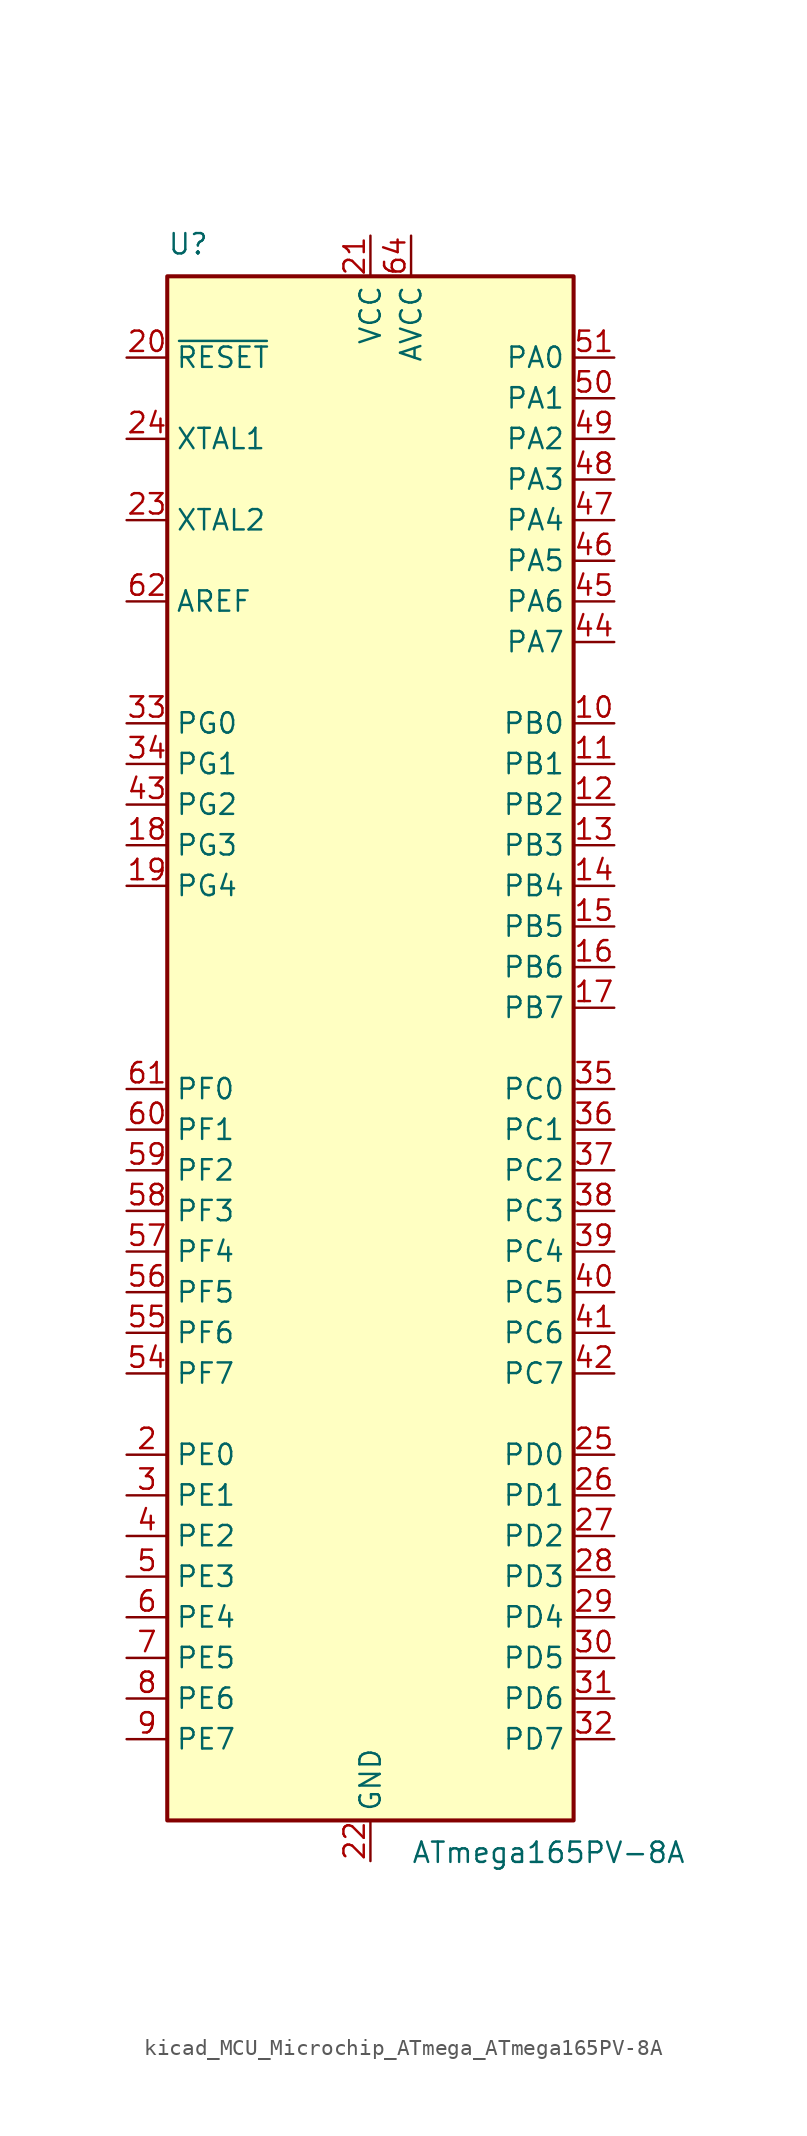
<source format=kicad_sym>
(kicad_symbol_lib
  (version 20220914)
  (generator kicad_symbol_editor)
  (symbol "kicad_MCU_Microchip_ATmega_ATmega165PV-8A"
    (property "Reference" "U"
      (at -12.7 49.53 0)
      (effects (font (size 1.27 1.27)) (justify left bottom)))
    (property "Value" "ATmega165PV-8A"
      (at 2.54 -49.53 0)
      (effects (font (size 1.27 1.27)) (justify left top)))
    (symbol "kicad_MCU_Microchip_ATmega_ATmega165PV-8A_0_1"
      (rectangle (start -12.7 -48.26) (end 12.7 48.26) (stroke (width 0.254) (type default)) (fill (type background))))
    (symbol "kicad_MCU_Microchip_ATmega_ATmega165PV-8A_1_1"
      (pin no_connect line (at -12.7 -45.72 0) (length 2.54) hide (name "NC" (effects (font (size 1.27 1.27)))) (number "1" (effects (font (size 1.27 1.27)))))
      (pin bidirectional line (at 15.24 20.32 180) (length 2.54) (name "PB0" (effects (font (size 1.27 1.27)))) (number "10" (effects (font (size 1.27 1.27)))))
      (pin bidirectional line (at 15.24 17.78 180) (length 2.54) (name "PB1" (effects (font (size 1.27 1.27)))) (number "11" (effects (font (size 1.27 1.27)))))
      (pin bidirectional line (at 15.24 15.24 180) (length 2.54) (name "PB2" (effects (font (size 1.27 1.27)))) (number "12" (effects (font (size 1.27 1.27)))))
      (pin bidirectional line (at 15.24 12.7 180) (length 2.54) (name "PB3" (effects (font (size 1.27 1.27)))) (number "13" (effects (font (size 1.27 1.27)))))
      (pin bidirectional line (at 15.24 10.16 180) (length 2.54) (name "PB4" (effects (font (size 1.27 1.27)))) (number "14" (effects (font (size 1.27 1.27)))))
      (pin bidirectional line (at 15.24 7.62 180) (length 2.54) (name "PB5" (effects (font (size 1.27 1.27)))) (number "15" (effects (font (size 1.27 1.27)))))
      (pin bidirectional line (at 15.24 5.08 180) (length 2.54) (name "PB6" (effects (font (size 1.27 1.27)))) (number "16" (effects (font (size 1.27 1.27)))))
      (pin bidirectional line (at 15.24 2.54 180) (length 2.54) (name "PB7" (effects (font (size 1.27 1.27)))) (number "17" (effects (font (size 1.27 1.27)))))
      (pin bidirectional line (at -15.24 12.7 0) (length 2.54) (name "PG3" (effects (font (size 1.27 1.27)))) (number "18" (effects (font (size 1.27 1.27)))))
      (pin bidirectional line (at -15.24 10.16 0) (length 2.54) (name "PG4" (effects (font (size 1.27 1.27)))) (number "19" (effects (font (size 1.27 1.27)))))
      (pin bidirectional line (at -15.24 -25.4 0) (length 2.54) (name "PE0" (effects (font (size 1.27 1.27)))) (number "2" (effects (font (size 1.27 1.27)))))
      (pin input line (at -15.24 43.18 0) (length 2.54) (name "~{RESET}" (effects (font (size 1.27 1.27)))) (number "20" (effects (font (size 1.27 1.27)))))
      (pin power_in line (at 0 50.8 270) (length 2.54) (name "VCC" (effects (font (size 1.27 1.27)))) (number "21" (effects (font (size 1.27 1.27)))))
      (pin power_in line (at 0 -50.8 90) (length 2.54) (name "GND" (effects (font (size 1.27 1.27)))) (number "22" (effects (font (size 1.27 1.27)))))
      (pin output line (at -15.24 33.02 0) (length 2.54) (name "XTAL2" (effects (font (size 1.27 1.27)))) (number "23" (effects (font (size 1.27 1.27)))))
      (pin input line (at -15.24 38.1 0) (length 2.54) (name "XTAL1" (effects (font (size 1.27 1.27)))) (number "24" (effects (font (size 1.27 1.27)))))
      (pin bidirectional line (at 15.24 -25.4 180) (length 2.54) (name "PD0" (effects (font (size 1.27 1.27)))) (number "25" (effects (font (size 1.27 1.27)))))
      (pin bidirectional line (at 15.24 -27.94 180) (length 2.54) (name "PD1" (effects (font (size 1.27 1.27)))) (number "26" (effects (font (size 1.27 1.27)))))
      (pin bidirectional line (at 15.24 -30.48 180) (length 2.54) (name "PD2" (effects (font (size 1.27 1.27)))) (number "27" (effects (font (size 1.27 1.27)))))
      (pin bidirectional line (at 15.24 -33.02 180) (length 2.54) (name "PD3" (effects (font (size 1.27 1.27)))) (number "28" (effects (font (size 1.27 1.27)))))
      (pin bidirectional line (at 15.24 -35.56 180) (length 2.54) (name "PD4" (effects (font (size 1.27 1.27)))) (number "29" (effects (font (size 1.27 1.27)))))
      (pin bidirectional line (at -15.24 -27.94 0) (length 2.54) (name "PE1" (effects (font (size 1.27 1.27)))) (number "3" (effects (font (size 1.27 1.27)))))
      (pin bidirectional line (at 15.24 -38.1 180) (length 2.54) (name "PD5" (effects (font (size 1.27 1.27)))) (number "30" (effects (font (size 1.27 1.27)))))
      (pin bidirectional line (at 15.24 -40.64 180) (length 2.54) (name "PD6" (effects (font (size 1.27 1.27)))) (number "31" (effects (font (size 1.27 1.27)))))
      (pin bidirectional line (at 15.24 -43.18 180) (length 2.54) (name "PD7" (effects (font (size 1.27 1.27)))) (number "32" (effects (font (size 1.27 1.27)))))
      (pin bidirectional line (at -15.24 20.32 0) (length 2.54) (name "PG0" (effects (font (size 1.27 1.27)))) (number "33" (effects (font (size 1.27 1.27)))))
      (pin bidirectional line (at -15.24 17.78 0) (length 2.54) (name "PG1" (effects (font (size 1.27 1.27)))) (number "34" (effects (font (size 1.27 1.27)))))
      (pin bidirectional line (at 15.24 -2.54 180) (length 2.54) (name "PC0" (effects (font (size 1.27 1.27)))) (number "35" (effects (font (size 1.27 1.27)))))
      (pin bidirectional line (at 15.24 -5.08 180) (length 2.54) (name "PC1" (effects (font (size 1.27 1.27)))) (number "36" (effects (font (size 1.27 1.27)))))
      (pin bidirectional line (at 15.24 -7.62 180) (length 2.54) (name "PC2" (effects (font (size 1.27 1.27)))) (number "37" (effects (font (size 1.27 1.27)))))
      (pin bidirectional line (at 15.24 -10.16 180) (length 2.54) (name "PC3" (effects (font (size 1.27 1.27)))) (number "38" (effects (font (size 1.27 1.27)))))
      (pin bidirectional line (at 15.24 -12.7 180) (length 2.54) (name "PC4" (effects (font (size 1.27 1.27)))) (number "39" (effects (font (size 1.27 1.27)))))
      (pin bidirectional line (at -15.24 -30.48 0) (length 2.54) (name "PE2" (effects (font (size 1.27 1.27)))) (number "4" (effects (font (size 1.27 1.27)))))
      (pin bidirectional line (at 15.24 -15.24 180) (length 2.54) (name "PC5" (effects (font (size 1.27 1.27)))) (number "40" (effects (font (size 1.27 1.27)))))
      (pin bidirectional line (at 15.24 -17.78 180) (length 2.54) (name "PC6" (effects (font (size 1.27 1.27)))) (number "41" (effects (font (size 1.27 1.27)))))
      (pin bidirectional line (at 15.24 -20.32 180) (length 2.54) (name "PC7" (effects (font (size 1.27 1.27)))) (number "42" (effects (font (size 1.27 1.27)))))
      (pin bidirectional line (at -15.24 15.24 0) (length 2.54) (name "PG2" (effects (font (size 1.27 1.27)))) (number "43" (effects (font (size 1.27 1.27)))))
      (pin bidirectional line (at 15.24 25.4 180) (length 2.54) (name "PA7" (effects (font (size 1.27 1.27)))) (number "44" (effects (font (size 1.27 1.27)))))
      (pin bidirectional line (at 15.24 27.94 180) (length 2.54) (name "PA6" (effects (font (size 1.27 1.27)))) (number "45" (effects (font (size 1.27 1.27)))))
      (pin bidirectional line (at 15.24 30.48 180) (length 2.54) (name "PA5" (effects (font (size 1.27 1.27)))) (number "46" (effects (font (size 1.27 1.27)))))
      (pin bidirectional line (at 15.24 33.02 180) (length 2.54) (name "PA4" (effects (font (size 1.27 1.27)))) (number "47" (effects (font (size 1.27 1.27)))))
      (pin bidirectional line (at 15.24 35.56 180) (length 2.54) (name "PA3" (effects (font (size 1.27 1.27)))) (number "48" (effects (font (size 1.27 1.27)))))
      (pin bidirectional line (at 15.24 38.1 180) (length 2.54) (name "PA2" (effects (font (size 1.27 1.27)))) (number "49" (effects (font (size 1.27 1.27)))))
      (pin bidirectional line (at -15.24 -33.02 0) (length 2.54) (name "PE3" (effects (font (size 1.27 1.27)))) (number "5" (effects (font (size 1.27 1.27)))))
      (pin bidirectional line (at 15.24 40.64 180) (length 2.54) (name "PA1" (effects (font (size 1.27 1.27)))) (number "50" (effects (font (size 1.27 1.27)))))
      (pin bidirectional line (at 15.24 43.18 180) (length 2.54) (name "PA0" (effects (font (size 1.27 1.27)))) (number "51" (effects (font (size 1.27 1.27)))))
      (pin passive line (at 0 50.8 270) (length 2.54) hide (name "VCC" (effects (font (size 1.27 1.27)))) (number "52" (effects (font (size 1.27 1.27)))))
      (pin passive line (at 0 -50.8 90) (length 2.54) hide (name "GND" (effects (font (size 1.27 1.27)))) (number "53" (effects (font (size 1.27 1.27)))))
      (pin bidirectional line (at -15.24 -20.32 0) (length 2.54) (name "PF7" (effects (font (size 1.27 1.27)))) (number "54" (effects (font (size 1.27 1.27)))))
      (pin bidirectional line (at -15.24 -17.78 0) (length 2.54) (name "PF6" (effects (font (size 1.27 1.27)))) (number "55" (effects (font (size 1.27 1.27)))))
      (pin bidirectional line (at -15.24 -15.24 0) (length 2.54) (name "PF5" (effects (font (size 1.27 1.27)))) (number "56" (effects (font (size 1.27 1.27)))))
      (pin bidirectional line (at -15.24 -12.7 0) (length 2.54) (name "PF4" (effects (font (size 1.27 1.27)))) (number "57" (effects (font (size 1.27 1.27)))))
      (pin bidirectional line (at -15.24 -10.16 0) (length 2.54) (name "PF3" (effects (font (size 1.27 1.27)))) (number "58" (effects (font (size 1.27 1.27)))))
      (pin bidirectional line (at -15.24 -7.62 0) (length 2.54) (name "PF2" (effects (font (size 1.27 1.27)))) (number "59" (effects (font (size 1.27 1.27)))))
      (pin bidirectional line (at -15.24 -35.56 0) (length 2.54) (name "PE4" (effects (font (size 1.27 1.27)))) (number "6" (effects (font (size 1.27 1.27)))))
      (pin bidirectional line (at -15.24 -5.08 0) (length 2.54) (name "PF1" (effects (font (size 1.27 1.27)))) (number "60" (effects (font (size 1.27 1.27)))))
      (pin bidirectional line (at -15.24 -2.54 0) (length 2.54) (name "PF0" (effects (font (size 1.27 1.27)))) (number "61" (effects (font (size 1.27 1.27)))))
      (pin passive line (at -15.24 27.94 0) (length 2.54) (name "AREF" (effects (font (size 1.27 1.27)))) (number "62" (effects (font (size 1.27 1.27)))))
      (pin passive line (at 0 -50.8 90) (length 2.54) hide (name "GND" (effects (font (size 1.27 1.27)))) (number "63" (effects (font (size 1.27 1.27)))))
      (pin power_in line (at 2.54 50.8 270) (length 2.54) (name "AVCC" (effects (font (size 1.27 1.27)))) (number "64" (effects (font (size 1.27 1.27)))))
      (pin bidirectional line (at -15.24 -38.1 0) (length 2.54) (name "PE5" (effects (font (size 1.27 1.27)))) (number "7" (effects (font (size 1.27 1.27)))))
      (pin bidirectional line (at -15.24 -40.64 0) (length 2.54) (name "PE6" (effects (font (size 1.27 1.27)))) (number "8" (effects (font (size 1.27 1.27)))))
      (pin bidirectional line (at -15.24 -43.18 0) (length 2.54) (name "PE7" (effects (font (size 1.27 1.27)))) (number "9" (effects (font (size 1.27 1.27))))))))
</source>
